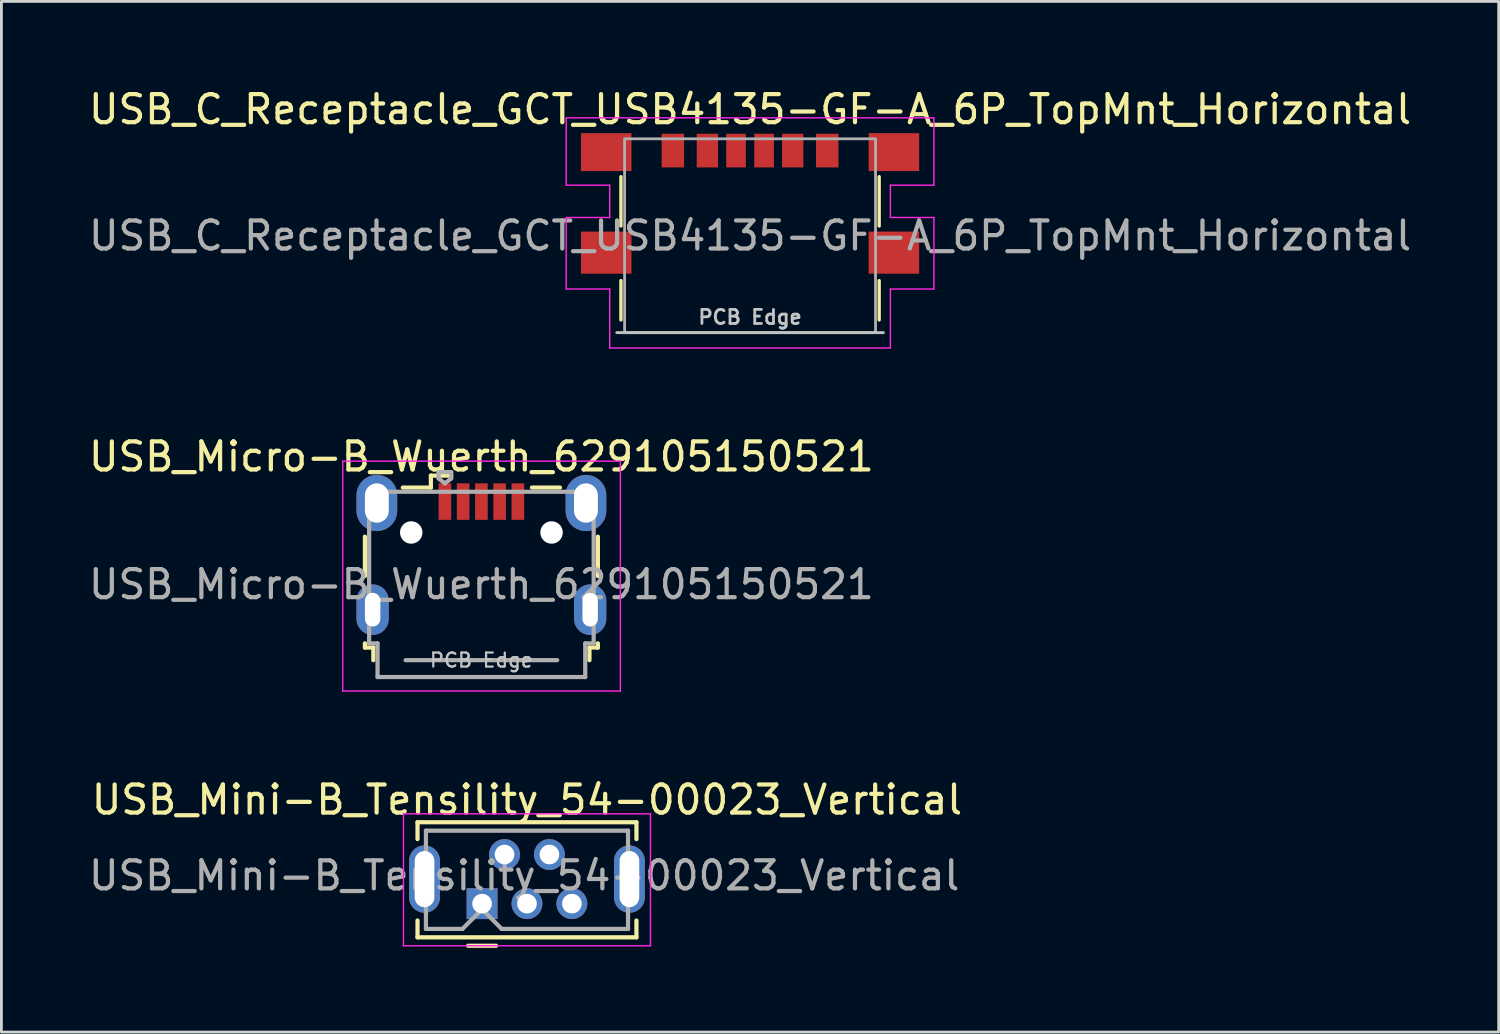
<source format=kicad_pcb>
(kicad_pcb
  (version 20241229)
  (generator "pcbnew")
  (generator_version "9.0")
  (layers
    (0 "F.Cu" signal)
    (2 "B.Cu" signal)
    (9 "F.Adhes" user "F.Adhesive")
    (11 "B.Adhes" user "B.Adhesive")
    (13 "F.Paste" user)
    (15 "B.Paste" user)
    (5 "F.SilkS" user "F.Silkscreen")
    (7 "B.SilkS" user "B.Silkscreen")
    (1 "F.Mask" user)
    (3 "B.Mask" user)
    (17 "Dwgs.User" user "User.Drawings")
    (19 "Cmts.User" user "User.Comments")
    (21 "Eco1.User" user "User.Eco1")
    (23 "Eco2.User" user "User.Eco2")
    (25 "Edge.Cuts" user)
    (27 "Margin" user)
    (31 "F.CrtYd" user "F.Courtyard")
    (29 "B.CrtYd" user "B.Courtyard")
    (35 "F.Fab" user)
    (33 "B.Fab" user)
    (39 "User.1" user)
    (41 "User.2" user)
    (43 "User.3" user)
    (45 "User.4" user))
  (footprint "USB_Micro-B_Wuerth_629105150521"
    (layer "F.Cu")
    (at 14.101 16.721)
    (property "Reference" "USB_Micro-B_Wuerth_629105150521" (at 0 -3.5 0) (layer "F.SilkS") (effects (font (size 1 1) (thickness 0.15))))
    (attr smd)
    (fp_line (start -4.15 -0.65) (end -4.15 0.75) (stroke (width 0.15) (type solid)) (layer "F.SilkS"))
    (fp_line (start -4.15 3.15) (end -4.15 3.3) (stroke (width 0.15) (type solid)) (layer "F.SilkS"))
    (fp_line (start -4.15 3.3) (end -3.85 3.3) (stroke (width 0.15) (type solid)) (layer "F.SilkS"))
    (fp_line (start -3.85 3.3) (end -3.85 3.75) (stroke (width 0.15) (type solid)) (layer "F.SilkS"))
    (fp_line (start -1.8 -2.825) (end -1.8 -2.4) (stroke (width 0.15) (type solid)) (layer "F.SilkS"))
    (fp_line (start -1.8 -2.4) (end -2.8 -2.4) (stroke (width 0.15) (type solid)) (layer "F.SilkS"))
    (fp_line (start -1.075 -2.825) (end -1.8 -2.825) (stroke (width 0.15) (type solid)) (layer "F.SilkS"))
    (fp_line (start 1.8 -2.4) (end 2.8 -2.4) (stroke (width 0.15) (type solid)) (layer "F.SilkS"))
    (fp_line (start 3.85 3.3) (end 4.15 3.3) (stroke (width 0.15) (type solid)) (layer "F.SilkS"))
    (fp_line (start 3.85 3.75) (end 3.85 3.3) (stroke (width 0.15) (type solid)) (layer "F.SilkS"))
    (fp_line (start 4.15 0.75) (end 4.15 -0.65) (stroke (width 0.15) (type solid)) (layer "F.SilkS"))
    (fp_line (start 4.15 3.3) (end 4.15 3.15) (stroke (width 0.15) (type solid)) (layer "F.SilkS"))
    (fp_line (start -4.94 -3.34) (end -4.94 4.85) (stroke (width 0.05) (type solid)) (layer "F.CrtYd"))
    (fp_line (start -4.94 4.85) (end 4.95 4.85) (stroke (width 0.05) (type solid)) (layer "F.CrtYd"))
    (fp_line (start 4.95 -3.34) (end -4.94 -3.34) (stroke (width 0.05) (type solid)) (layer "F.CrtYd"))
    (fp_line (start 4.95 4.85) (end 4.95 -3.34) (stroke (width 0.05) (type solid)) (layer "F.CrtYd"))
    (fp_line (start -4 -2.25) (end -4 3.15) (stroke (width 0.15) (type solid)) (layer "F.Fab"))
    (fp_line (start -4 3.15) (end -3.7 3.15) (stroke (width 0.15) (type solid)) (layer "F.Fab"))
    (fp_line (start -3.7 3.15) (end -3.7 4.35) (stroke (width 0.15) (type solid)) (layer "F.Fab"))
    (fp_line (start -3.7 4.35) (end 3.7 4.35) (stroke (width 0.15) (type solid)) (layer "F.Fab"))
    (fp_line (start -2.7 3.75) (end 2.7 3.75) (stroke (width 0.15) (type solid)) (layer "F.Fab"))
    (fp_line (start -1.525 -2.95) (end -1.075 -2.95) (stroke (width 0.15) (type solid)) (layer "F.Fab"))
    (fp_line (start -1.525 -2.725) (end -1.525 -2.95) (stroke (width 0.15) (type solid)) (layer "F.Fab"))
    (fp_line (start -1.3 -2.55) (end -1.525 -2.725) (stroke (width 0.15) (type solid)) (layer "F.Fab"))
    (fp_line (start -1.075 -2.95) (end -1.075 -2.725) (stroke (width 0.15) (type solid)) (layer "F.Fab"))
    (fp_line (start -1.075 -2.725) (end -1.3 -2.55) (stroke (width 0.15) (type solid)) (layer "F.Fab"))
    (fp_line (start 3.7 3.15) (end 4 3.15) (stroke (width 0.15) (type solid)) (layer "F.Fab"))
    (fp_line (start 3.7 4.35) (end 3.7 3.15) (stroke (width 0.15) (type solid)) (layer "F.Fab"))
    (fp_line (start 4 -2.25) (end -4 -2.25) (stroke (width 0.15) (type solid)) (layer "F.Fab"))
    (fp_line (start 4 3.15) (end 4 -2.25) (stroke (width 0.15) (type solid)) (layer "F.Fab"))
    (fp_text user "PCB Edge" (at 0 3.75 0) (layer "Dwgs.User") (effects (font (size 0.5 0.5) (thickness 0.08))))
    (fp_text user "${REFERENCE}" (at 0 1.05 0) (layer "F.Fab") (effects (font (size 1 1) (thickness 0.15))))
    (pad "" np_thru_hole oval (at -2.5 -0.8) (size 0.8 0.8) (drill 0.8) (layers "*.Cu" "*.Mask"))
    (pad "" np_thru_hole oval (at 2.5 -0.8) (size 0.8 0.8) (drill 0.8) (layers "*.Cu" "*.Mask"))
    (pad "1" smd rect (at -1.3 -1.9) (size 0.45 1.3) (layers "F.Cu" "F.Mask" "F.Paste"))
    (pad "2" smd rect (at -0.65 -1.9) (size 0.45 1.3) (layers "F.Cu" "F.Mask" "F.Paste"))
    (pad "3" smd rect (at 0 -1.9) (size 0.45 1.3) (layers "F.Cu" "F.Mask" "F.Paste"))
    (pad "4" smd rect (at 0.65 -1.9) (size 0.45 1.3) (layers "F.Cu" "F.Mask" "F.Paste"))
    (pad "5" smd rect (at 1.3 -1.9) (size 0.45 1.3) (layers "F.Cu" "F.Mask" "F.Paste"))
    (pad "6" thru_hole oval (at -3.875 1.95) (size 1.15 1.8) (drill oval 0.55 1.2) (layers "*.Cu" "*.Mask"))
    (pad "6" thru_hole oval (at -3.725 -1.85) (size 1.45 2) (drill oval 0.85 1.4) (layers "*.Cu" "*.Mask"))
    (pad "6" thru_hole oval (at 3.725 -1.85) (size 1.45 2) (drill oval 0.85 1.4) (layers "*.Cu" "*.Mask"))
    (pad "6" thru_hole oval (at 3.875 1.95) (size 1.15 1.8) (drill oval 0.55 1.2) (layers "*.Cu" "*.Mask")))
  (footprint "USB_C_Receptacle_GCT_USB4135-GF-A_6P_TopMnt_Horizontal"
    (layer "F.Cu")
    (at 23.673 5.348)
    (property "Reference" "USB_C_Receptacle_GCT_USB4135-GF-A_6P_TopMnt_Horizontal" (at 0 -4.5 0) (unlocked yes) (layer "F.SilkS") (effects (font (size 1 1) (thickness 0.15))))
    (attr smd)
    (fp_line (start -4.6 -2.103) (end -4.6 -0.347) (stroke (width 0.12) (type solid)) (layer "F.SilkS"))
    (fp_line (start -4.6 1.6) (end -4.6 3) (stroke (width 0.12) (type solid)) (layer "F.SilkS"))
    (fp_line (start 4.6 -2.103) (end 4.6 -0.347) (stroke (width 0.12) (type solid)) (layer "F.SilkS"))
    (fp_line (start 4.6 1.6) (end 4.6 3) (stroke (width 0.12) (type solid)) (layer "F.SilkS"))
    (fp_line (start -4.75 3.453) (end 4.75 3.453) (stroke (width 0.1) (type solid)) (layer "Dwgs.User"))
    (fp_line (start -6.55 -4.2) (end -6.55 -1.8) (stroke (width 0.05) (type solid)) (layer "F.CrtYd"))
    (fp_line (start -6.55 -1.8) (end -5 -1.8) (stroke (width 0.05) (type solid)) (layer "F.CrtYd"))
    (fp_line (start -6.55 -0.65) (end -6.55 1.9) (stroke (width 0.05) (type solid)) (layer "F.CrtYd"))
    (fp_line (start -5 -1.8) (end -5 -0.65) (stroke (width 0.05) (type solid)) (layer "F.CrtYd"))
    (fp_line (start -5 -0.65) (end -6.55 -0.65) (stroke (width 0.05) (type solid)) (layer "F.CrtYd"))
    (fp_line (start -5 1.9) (end -6.55 1.9) (stroke (width 0.05) (type solid)) (layer "F.CrtYd"))
    (fp_line (start -5 1.9) (end -5 4) (stroke (width 0.05) (type solid)) (layer "F.CrtYd"))
    (fp_line (start -5 4) (end 5 4) (stroke (width 0.05) (type solid)) (layer "F.CrtYd"))
    (fp_line (start 5 -1.8) (end 5 -0.65) (stroke (width 0.05) (type solid)) (layer "F.CrtYd"))
    (fp_line (start 5 -1.8) (end 6.55 -1.8) (stroke (width 0.05) (type solid)) (layer "F.CrtYd"))
    (fp_line (start 5 1.9) (end 5 4) (stroke (width 0.05) (type solid)) (layer "F.CrtYd"))
    (fp_line (start 6.55 -4.2) (end -6.55 -4.2) (stroke (width 0.05) (type solid)) (layer "F.CrtYd"))
    (fp_line (start 6.55 -4.2) (end 6.55 -1.8) (stroke (width 0.05) (type solid)) (layer "F.CrtYd"))
    (fp_line (start 6.55 -0.65) (end 5 -0.65) (stroke (width 0.05) (type solid)) (layer "F.CrtYd"))
    (fp_line (start 6.55 -0.65) (end 6.55 1.9) (stroke (width 0.05) (type solid)) (layer "F.CrtYd"))
    (fp_line (start 6.55 1.9) (end 5 1.9) (stroke (width 0.05) (type solid)) (layer "F.CrtYd"))
    (fp_rect (start -4.47 -3.453) (end 4.47 3.453) (stroke (width 0.1) (type solid)) (fill no) (layer "F.Fab"))
    (fp_text user "PCB Edge" (at 0 2.9 0) (unlocked yes) (layer "Dwgs.User") (effects (font (size 0.5 0.5) (thickness 0.1))))
    (fp_text user "${REFERENCE}" (at 0 0 0) (unlocked yes) (layer "F.Fab") (effects (font (size 1 1) (thickness 0.15))))
    (pad "A5" smd rect (at -0.5 -3.033) (size 0.7 1.2) (layers "F.Cu" "F.Mask" "F.Paste"))
    (pad "A9" smd rect (at 1.52 -3.033 180) (size 0.76 1.2) (layers "F.Cu" "F.Mask" "F.Paste"))
    (pad "A12" smd rect (at 2.75 -3.033 180) (size 0.8 1.2) (layers "F.Cu" "F.Mask" "F.Paste"))
    (pad "B5" smd rect (at 0.5 -3.033 180) (size 0.7 1.2) (layers "F.Cu" "F.Mask" "F.Paste"))
    (pad "B9" smd rect (at -1.52 -3.033) (size 0.76 1.2) (layers "F.Cu" "F.Mask" "F.Paste"))
    (pad "B12" smd rect (at -2.75 -3.033) (size 0.8 1.2) (layers "F.Cu" "F.Mask" "F.Paste"))
    (pad "S1" smd rect (at -5.125 -2.978) (size 1.8 1.35) (layers "F.Cu" "F.Mask" "F.Paste"))
    (pad "S1" smd rect (at -5.125 0.603) (size 1.8 1.5) (layers "F.Cu" "F.Mask" "F.Paste"))
    (pad "S1" smd rect (at 5.125 -2.978) (size 1.8 1.35) (layers "F.Cu" "F.Mask" "F.Paste"))
    (pad "S1" smd rect (at 5.125 0.603) (size 1.8 1.5) (layers "F.Cu" "F.Mask" "F.Paste")))
  (footprint "USB_Mini-B_Tensility_54-00023_Vertical"
    (layer "F.Cu")
    (at 14.125 29.145)
    (property "Reference" "USB_Mini-B_Tensility_54-00023_Vertical" (at 1.6 -3.7 0) (layer "F.SilkS") (effects (font (size 1 1) (thickness 0.15))))
    (attr through_hole)
    (fp_line (start -2.3 -2.9) (end 5.5 -2.9) (stroke (width 0.15) (type solid)) (layer "F.SilkS"))
    (fp_line (start -2.3 -2.3) (end -2.3 -2.9) (stroke (width 0.15) (type solid)) (layer "F.SilkS"))
    (fp_line (start -2.3 0.6) (end -2.3 1.2) (stroke (width 0.15) (type solid)) (layer "F.SilkS"))
    (fp_line (start -2.3 1.2) (end 5.5 1.2) (stroke (width 0.15) (type solid)) (layer "F.SilkS"))
    (fp_line (start -0.5 1.5) (end 0.5 1.5) (stroke (width 0.15) (type solid)) (layer "F.SilkS"))
    (fp_line (start 5.5 -2.9) (end 5.5 -2.3) (stroke (width 0.15) (type solid)) (layer "F.SilkS"))
    (fp_line (start 5.5 1.2) (end 5.5 0.6) (stroke (width 0.15) (type solid)) (layer "F.SilkS"))
    (fp_line (start -2.8 -3.2) (end -2.8 1.5) (stroke (width 0.05) (type solid)) (layer "F.CrtYd"))
    (fp_line (start -2.8 1.5) (end 6 1.5) (stroke (width 0.05) (type solid)) (layer "F.CrtYd"))
    (fp_line (start 6 -3.2) (end -2.8 -3.2) (stroke (width 0.05) (type solid)) (layer "F.CrtYd"))
    (fp_line (start 6 1.5) (end 6 -3.2) (stroke (width 0.05) (type solid)) (layer "F.CrtYd"))
    (fp_line (start -2 0.9) (end -2 -2.6) (stroke (width 0.15) (type solid)) (layer "F.Fab"))
    (fp_line (start -2 0.9) (end -0.7 0.9) (stroke (width 0.15) (type solid)) (layer "F.Fab"))
    (fp_line (start -0.7 0.9) (end 0 0.2) (stroke (width 0.15) (type solid)) (layer "F.Fab"))
    (fp_line (start 0 0.2) (end 0.7 0.9) (stroke (width 0.15) (type solid)) (layer "F.Fab"))
    (fp_line (start 0.7 0.9) (end 5.2 0.9) (stroke (width 0.15) (type solid)) (layer "F.Fab"))
    (fp_line (start 5.2 -2.6) (end -2 -2.6) (stroke (width 0.15) (type solid)) (layer "F.Fab"))
    (fp_line (start 5.2 -2.6) (end 5.2 0.9) (stroke (width 0.15) (type solid)) (layer "F.Fab"))
    (fp_text user "${REFERENCE}" (at 1.5 -1 0) (layer "F.Fab") (effects (font (size 1 1) (thickness 0.15))))
    (pad "1" thru_hole rect (at 0 0) (size 1.1 1.1) (drill 0.7) (layers "*.Cu" "*.Mask"))
    (pad "2" thru_hole circle (at 0.8 -1.75) (size 1.1 1.1) (drill 0.7) (layers "*.Cu" "*.Mask"))
    (pad "3" thru_hole circle (at 1.6 0) (size 1.1 1.1) (drill 0.7) (layers "*.Cu" "*.Mask"))
    (pad "4" thru_hole circle (at 2.4 -1.75) (size 1.1 1.1) (drill 0.7) (layers "*.Cu" "*.Mask"))
    (pad "5" thru_hole circle (at 3.2 0) (size 1.1 1.1) (drill 0.7) (layers "*.Cu" "*.Mask"))
    (pad "6" thru_hole oval (at -2.05 -0.875) (size 1.1 2.4) (drill oval 0.7 2) (layers "*.Cu" "*.Mask"))
    (pad "6" thru_hole oval (at 5.25 -0.875) (size 1.1 2.4) (drill oval 0.7 2) (layers "*.Cu" "*.Mask")))
  (gr_rect
    (start -3 -3)
    (end 50.345 33.72)
    (stroke (width 0.1) (type default))
    (fill no)
    (layer "Edge.Cuts")))
</source>
